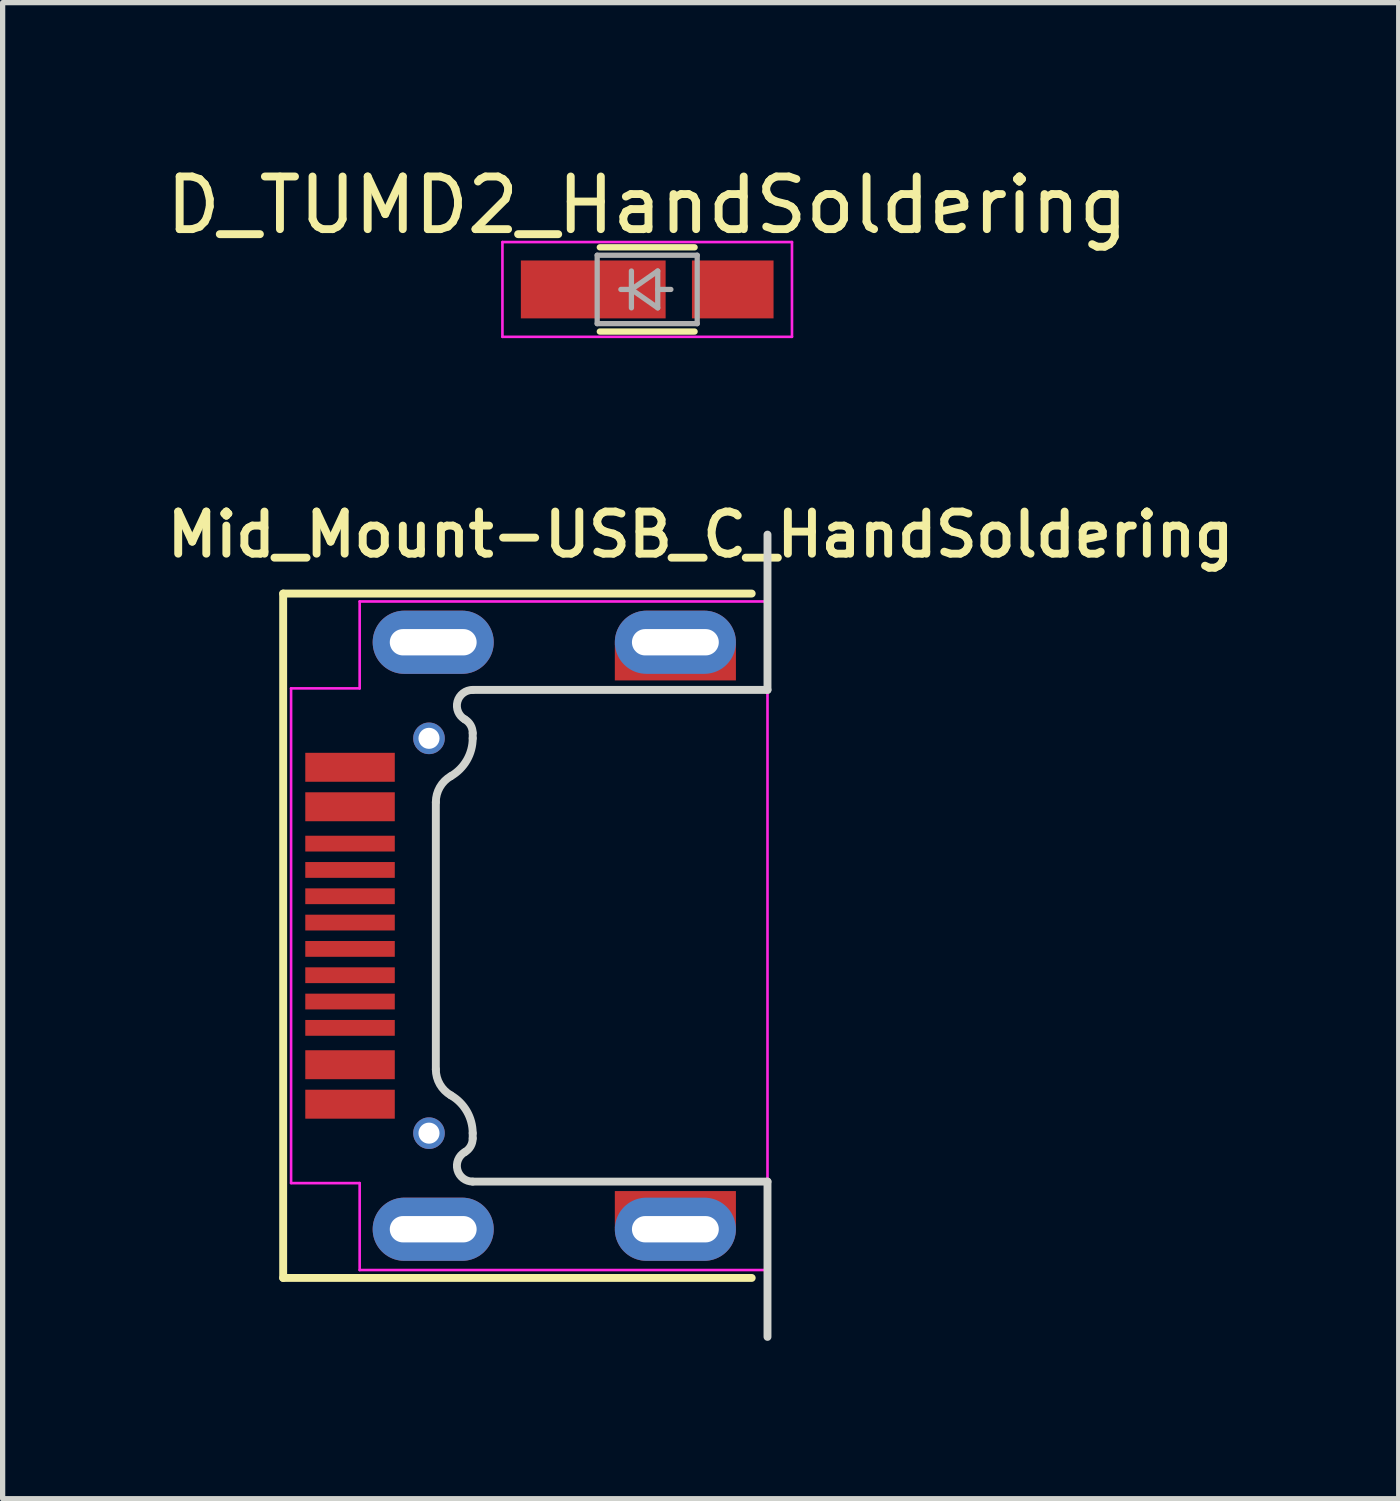
<source format=kicad_pcb>
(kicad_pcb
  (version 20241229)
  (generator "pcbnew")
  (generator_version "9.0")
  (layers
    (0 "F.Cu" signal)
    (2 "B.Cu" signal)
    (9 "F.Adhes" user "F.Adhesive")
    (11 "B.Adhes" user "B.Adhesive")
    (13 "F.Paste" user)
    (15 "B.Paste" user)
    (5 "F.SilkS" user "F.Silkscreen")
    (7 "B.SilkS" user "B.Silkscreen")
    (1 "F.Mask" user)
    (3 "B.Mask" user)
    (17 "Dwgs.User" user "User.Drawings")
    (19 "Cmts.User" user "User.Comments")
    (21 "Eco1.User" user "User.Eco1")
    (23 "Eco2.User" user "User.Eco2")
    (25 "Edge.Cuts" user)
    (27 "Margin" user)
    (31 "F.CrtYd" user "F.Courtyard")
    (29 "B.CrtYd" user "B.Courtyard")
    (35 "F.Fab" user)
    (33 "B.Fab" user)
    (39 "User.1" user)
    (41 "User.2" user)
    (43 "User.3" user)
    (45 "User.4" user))
  (footprint "Mid_Mount-USB_C_HandSoldering"
    (layer "F.Cu")
    (at 11.529 14.725)
    (property "Reference" "Mid_Mount-USB_C_HandSoldering" (at -1.27 -7.62 0) (layer "F.SilkS") (effects (font (size 0.8 0.8) (thickness 0.15))))
    (attr through_hole)
    (fp_line (start -9.2 -6.5) (end -9.2 6.5) (stroke (width 0.15) (type solid)) (layer "F.SilkS"))
    (fp_line (start -9.2 6.5) (end -0.3 6.5) (stroke (width 0.15) (type solid)) (layer "F.SilkS"))
    (fp_line (start -0.3 -6.5) (end -9.2 -6.5) (stroke (width 0.15) (type solid)) (layer "F.SilkS"))
    (fp_line (start -6.3 2.538) (end -6.3 -2.538) (stroke (width 0.15) (type solid)) (layer "Edge.Cuts"))
    (fp_line (start -5.6 -4.67) (end 0 -4.67) (stroke (width 0.15) (type solid)) (layer "Edge.Cuts"))
    (fp_line (start -5.6 -3.85) (end -5.6 -3.75) (stroke (width 0.15) (type solid)) (layer "Edge.Cuts"))
    (fp_line (start -5.6 3.85) (end -5.6 3.75) (stroke (width 0.15) (type solid)) (layer "Edge.Cuts"))
    (fp_line (start 0 -4.67) (end 0 -7.62) (stroke (width 0.15) (type solid)) (layer "Edge.Cuts"))
    (fp_line (start 0 4.67) (end -5.6 4.67) (stroke (width 0.15) (type solid)) (layer "Edge.Cuts"))
    (fp_line (start 0 7.62) (end 0 4.67) (stroke (width 0.15) (type solid)) (layer "Edge.Cuts"))
    (fp_arc (start -6.3 -2.537565) (mid -6.223635 -2.822565) (end -6.015 -3.031199) (stroke (width 0.15) (type solid)) (layer "Edge.Cuts"))
    (fp_arc (start -6.015 3.031199) (mid -6.223634 2.822565) (end -6.3 2.537565) (stroke (width 0.15) (type solid)) (layer "Edge.Cuts"))
    (fp_arc (start -6.015 3.031199) (mid -5.711199 3.335) (end -5.6 3.75) (stroke (width 0.15) (type solid)) (layer "Edge.Cuts"))
    (fp_arc (start -5.75 -4.110192) (mid -5.889778 -4.447646) (end -5.6 -4.67) (stroke (width 0.15) (type solid)) (layer "Edge.Cuts"))
    (fp_arc (start -5.75 -4.110192) (mid -5.640192 -4.000384) (end -5.6 -3.850384) (stroke (width 0.15) (type solid)) (layer "Edge.Cuts"))
    (fp_arc (start -5.6 -3.75) (mid -5.711199 -3.335) (end -6.015 -3.031199) (stroke (width 0.15) (type solid)) (layer "Edge.Cuts"))
    (fp_arc (start -5.6 3.850384) (mid -5.640192 4.000384) (end -5.75 4.110192) (stroke (width 0.15) (type solid)) (layer "Edge.Cuts"))
    (fp_arc (start -5.6 4.67) (mid -5.889778 4.447646) (end -5.75 4.110192) (stroke (width 0.15) (type solid)) (layer "Edge.Cuts"))
    (fp_line (start -9.05 -4.7) (end -9.05 4.698) (stroke (width 0.05) (type solid)) (layer "F.CrtYd"))
    (fp_line (start -9.05 4.699) (end -7.747 4.699) (stroke (width 0.05) (type solid)) (layer "F.CrtYd"))
    (fp_line (start -7.747 -6.35) (end -7.747 -4.699) (stroke (width 0.05) (type solid)) (layer "F.CrtYd"))
    (fp_line (start -7.747 -4.699) (end -9.05 -4.699) (stroke (width 0.05) (type solid)) (layer "F.CrtYd"))
    (fp_line (start -7.747 6.35) (end -7.747 4.699) (stroke (width 0.05) (type solid)) (layer "F.CrtYd"))
    (fp_line (start 0 -6.35) (end -7.747 -6.35) (stroke (width 0.05) (type solid)) (layer "F.CrtYd"))
    (fp_line (start 0 6.35) (end -7.747 6.35) (stroke (width 0.05) (type solid)) (layer "F.CrtYd"))
    (fp_line (start 0 6.35) (end 0 -6.35) (stroke (width 0.05) (type solid)) (layer "F.CrtYd"))
    (pad "" np_thru_hole circle (at -6.43 -3.75 90) (size 0.6 0.6) (drill 0.4) (layers "*.Cu" "*.Mask"))
    (pad "" np_thru_hole circle (at -6.43 3.75 90) (size 0.6 0.6) (drill 0.4) (layers "*.Cu" "*.Mask"))
    (pad "A1B12" smd rect (at -7.93 3.2 90) (size 0.55 1.7) (layers "F.Cu" "F.Mask" "F.Paste"))
    (pad "A4B9" smd rect (at -7.93 2.45 90) (size 0.55 1.7) (layers "F.Cu" "F.Mask" "F.Paste"))
    (pad "A5" smd rect (at -7.93 1.25 90) (size 0.3 1.7) (layers "F.Cu" "F.Mask" "F.Paste"))
    (pad "A6" smd rect (at -7.93 0.25 90) (size 0.3 1.7) (layers "F.Cu" "F.Mask" "F.Paste"))
    (pad "A7" smd rect (at -7.93 -0.25 90) (size 0.3 1.7) (layers "F.Cu" "F.Mask" "F.Paste"))
    (pad "A8" smd rect (at -7.93 -1.25 90) (size 0.3 1.7) (layers "F.Cu" "F.Mask" "F.Paste"))
    (pad "B1A12" smd rect (at -7.93 -3.2 90) (size 0.55 1.7) (layers "F.Cu" "F.Mask" "F.Paste"))
    (pad "B4A9" smd rect (at -7.93 -2.45 90) (size 0.55 1.7) (layers "F.Cu" "F.Mask" "F.Paste"))
    (pad "B5" smd rect (at -7.93 -1.75 90) (size 0.3 1.7) (layers "F.Cu" "F.Mask" "F.Paste"))
    (pad "B6" smd rect (at -7.93 -0.75 90) (size 0.3 1.7) (layers "F.Cu" "F.Mask" "F.Paste"))
    (pad "B7" smd rect (at -7.93 0.75 90) (size 0.3 1.7) (layers "F.Cu" "F.Mask" "F.Paste"))
    (pad "B8" smd rect (at -7.93 1.75 90) (size 0.3 1.7) (layers "F.Cu" "F.Mask" "F.Paste"))
    (pad "S1" thru_hole oval (at -6.35 -5.575 90) (size 1.2 2.3) (drill oval 0.5 1.65) (layers "*.Cu" "*.Mask"))
    (pad "S1" thru_hole oval (at -6.35 5.575 90) (size 1.2 2.3) (drill oval 0.5 1.65) (layers "*.Cu" "*.Mask"))
    (pad "S1" thru_hole oval (at -1.75 -5.575 90) (size 1.2 2.3) (drill oval 0.5 1.65) (layers "*.Cu" "*.Mask"))
    (pad "S1" smd rect (at -1.75 -5.2 90) (size 0.7 2.3) (layers "F.Cu" "F.Mask"))
    (pad "S1" smd rect (at -1.75 5.2 90) (size 0.7 2.3) (layers "F.Cu" "F.Mask"))
    (pad "S1" thru_hole oval (at -1.75 5.575 90) (size 1.2 2.3) (drill oval 0.5 1.65) (layers "*.Cu" "*.Mask")))
  (footprint "D_TUMD2_HandSoldering"
    (layer "F.Cu")
    (at 9.244 2.448)
    (property "Reference" "D_TUMD2_HandSoldering" (at 0 -1.6 0) (layer "F.SilkS") (effects (font (size 1 1) (thickness 0.15))))
    (attr smd)
    (fp_line (start 0.9 -0.8) (end -0.9 -0.8) (stroke (width 0.12) (type solid)) (layer "F.SilkS"))
    (fp_line (start 0.9 0.8) (end -0.9 0.8) (stroke (width 0.12) (type solid)) (layer "F.SilkS"))
    (fp_line (start -2.75 -0.9) (end 2.75 -0.9) (stroke (width 0.05) (type solid)) (layer "F.CrtYd"))
    (fp_line (start -2.75 0.9) (end -2.75 -0.9) (stroke (width 0.05) (type solid)) (layer "F.CrtYd"))
    (fp_line (start 2.75 -0.9) (end 2.75 0.9) (stroke (width 0.05) (type solid)) (layer "F.CrtYd"))
    (fp_line (start 2.75 0.9) (end -2.75 0.9) (stroke (width 0.05) (type solid)) (layer "F.CrtYd"))
    (fp_line (start -0.95 -0.65) (end 0.95 -0.65) (stroke (width 0.1) (type solid)) (layer "F.Fab"))
    (fp_line (start -0.95 0.65) (end -0.95 -0.65) (stroke (width 0.1) (type solid)) (layer "F.Fab"))
    (fp_line (start -0.3 -0.35) (end -0.3 0.35) (stroke (width 0.1) (type solid)) (layer "F.Fab"))
    (fp_line (start -0.3 0) (end -0.5 0) (stroke (width 0.1) (type solid)) (layer "F.Fab"))
    (fp_line (start -0.3 0) (end 0.2 -0.35) (stroke (width 0.1) (type solid)) (layer "F.Fab"))
    (fp_line (start 0.2 -0.35) (end 0.2 0.35) (stroke (width 0.1) (type solid)) (layer "F.Fab"))
    (fp_line (start 0.2 0) (end 0.45 0) (stroke (width 0.1) (type solid)) (layer "F.Fab"))
    (fp_line (start 0.2 0.35) (end -0.3 0) (stroke (width 0.1) (type solid)) (layer "F.Fab"))
    (fp_line (start 0.95 -0.65) (end 0.95 0.65) (stroke (width 0.1) (type solid)) (layer "F.Fab"))
    (fp_line (start 0.95 0.65) (end -0.95 0.65) (stroke (width 0.1) (type solid)) (layer "F.Fab"))
    (pad "1" smd rect (at -1.025 0 180) (size 2.75 1.1) (layers "F.Cu" "F.Mask" "F.Paste"))
    (pad "2" smd rect (at 1.625 0 180) (size 1.55 1.1) (layers "F.Cu" "F.Mask" "F.Paste")))
  (gr_rect
    (start -3 -3)
    (end 23.519 25.419)
    (stroke (width 0.1) (type default))
    (fill no)
    (layer "Edge.Cuts")))
</source>
